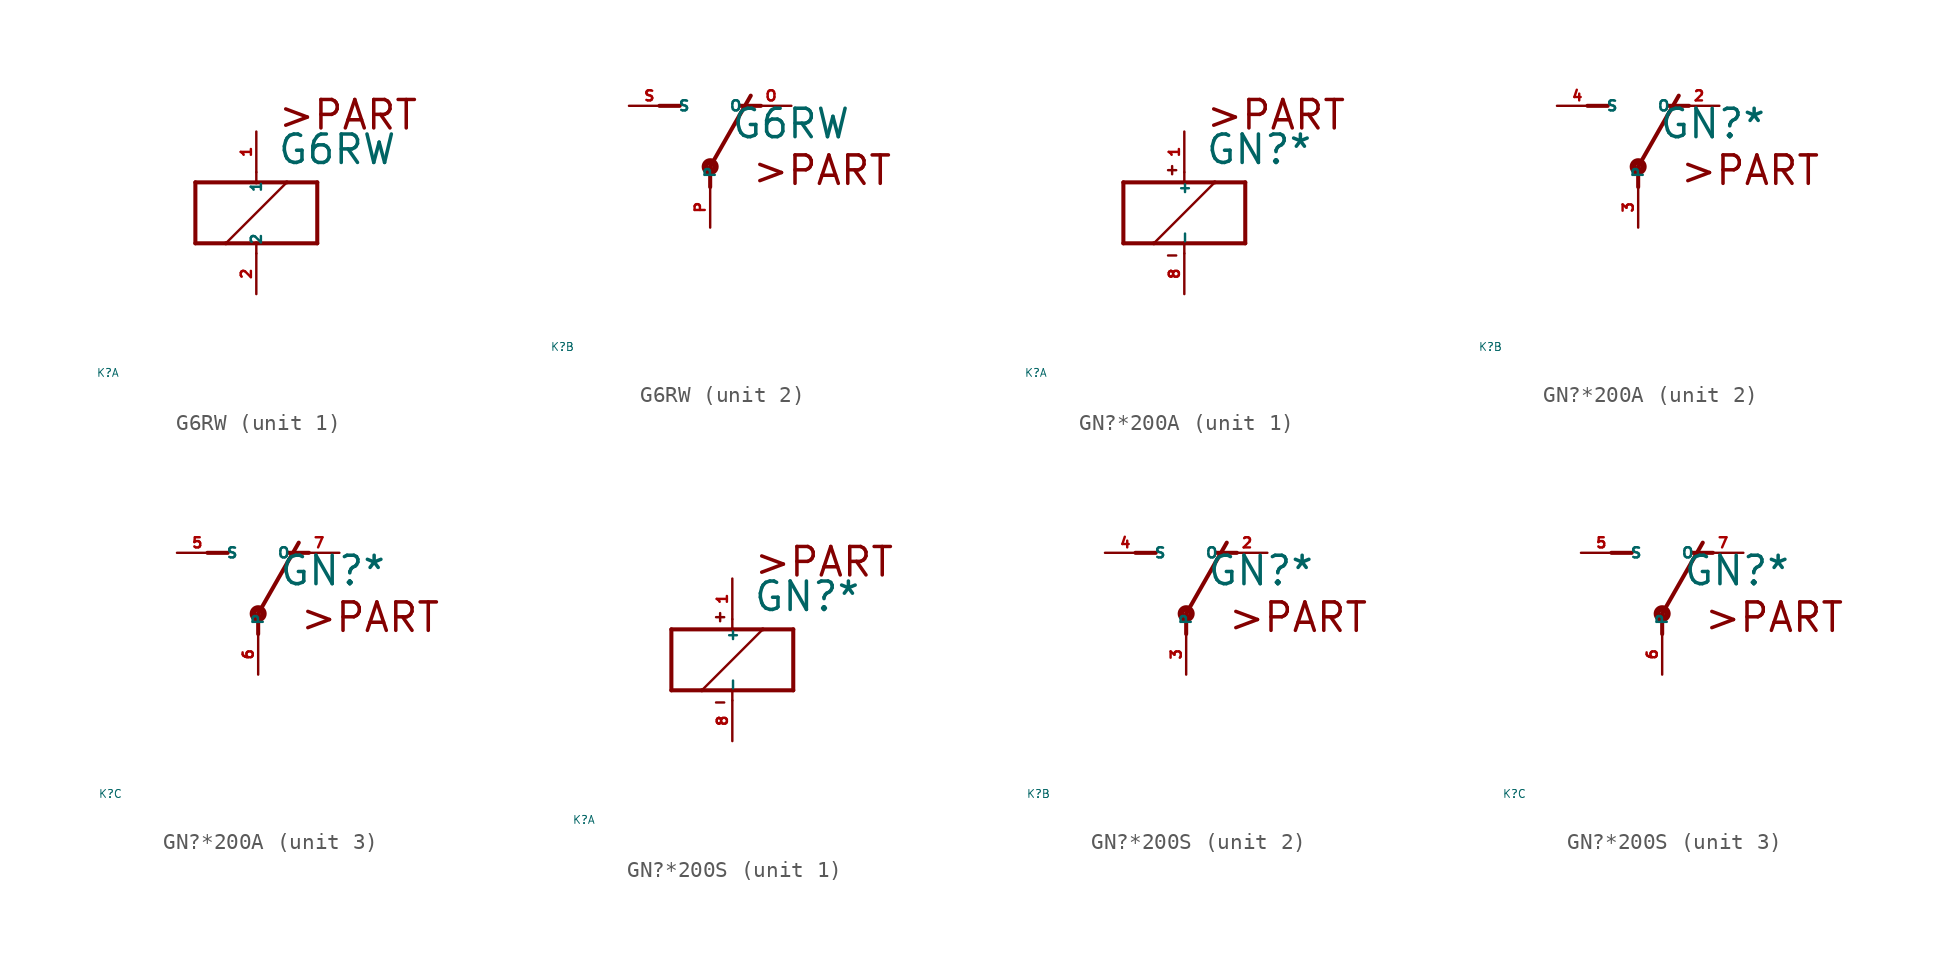
<source format=kicad_sym>
(kicad_symbol_lib
  (version 20220914)
  (generator Eagle2Kicad)
  (symbol "G6RW"
    (property "Reference" "K"
      (at -10 -10 0)
      (effects (font (size 0.5 0.5) (thickness 0.06)) (justify left)))
    (property "Value" "G6RW"
      (at 1.27 2.921 0)
      (effects (font (size 1.778 1.778) (thickness 0.22)) (justify left bottom)))
    (symbol "G6RW_1_0"
      (polyline (pts (xy -3.81 -1.905) (xy -1.905 -1.905)) (stroke (width 0.254) (type default)) (fill (type none)))
      (polyline (pts (xy 3.81 -1.905) (xy 3.81 1.905)) (stroke (width 0.254) (type default)) (fill (type none)))
      (polyline (pts (xy 3.81 1.905) (xy 1.905 1.905)) (stroke (width 0.254) (type default)) (fill (type none)))
      (polyline (pts (xy -3.81 1.905) (xy -3.81 -1.905)) (stroke (width 0.254) (type default)) (fill (type none)))
      (polyline (pts (xy 0 -2.54) (xy 0 -1.905)) (stroke (width 0.152) (type default)) (fill (type none)))
      (polyline (pts (xy 0 -1.905) (xy 3.81 -1.905)) (stroke (width 0.254) (type default)) (fill (type none)))
      (polyline (pts (xy 0 2.54) (xy 0 1.905)) (stroke (width 0.152) (type default)) (fill (type none)))
      (polyline (pts (xy 0 1.905) (xy -3.81 1.905)) (stroke (width 0.254) (type default)) (fill (type none)))
      (polyline (pts (xy -1.905 -1.905) (xy 1.905 1.905)) (stroke (width 0.152) (type default)) (fill (type none)))
      (polyline (pts (xy -1.905 -1.905) (xy 0 -1.905)) (stroke (width 0.254) (type default)) (fill (type none)))
      (polyline (pts (xy 1.905 1.905) (xy 0 1.905)) (stroke (width 0.254) (type default)) (fill (type none)))
      (text ">PART" (at 1.27 5.08 0) (effects (font (size 1.778 1.778) (thickness 0.22)) (justify left bottom)))
      (pin passive line (at 0 -5.08 90) (length 2.54) (name "2" (effects (font (size 0.635 0.635) (thickness 0.08)) (justify left bottom))) (number "2" (effects (font (size 0.635 0.635) (thickness 0.08)) (justify left bottom))))
      (pin passive line (at 0 5.08 270) (length 2.54) (name "1" (effects (font (size 0.635 0.635) (thickness 0.08)) (justify left bottom))) (number "1" (effects (font (size 0.635 0.635) (thickness 0.08)) (justify left bottom)))))
    (symbol "G6RW_2_0"
      (polyline (pts (xy 3.175 5.08) (xy 1.905 5.08)) (stroke (width 0.254) (type default)) (fill (type none)))
      (polyline (pts (xy -3.175 5.08) (xy -1.905 5.08)) (stroke (width 0.254) (type default)) (fill (type none)))
      (polyline (pts (xy 0 1.27) (xy 2.54 5.715)) (stroke (width 0.254) (type default)) (fill (type none)))
      (polyline (pts (xy 0 1.27) (xy 0 0)) (stroke (width 0.254) (type default)) (fill (type none)))
      (text ">PART" (at 2.54 0 0) (effects (font (size 1.778 1.778) (thickness 0.22)) (justify left bottom)))
      (circle (center 0 1.27) (radius 0.127) (stroke (width 0.406) (type default)) (fill (type none)))
      (pin passive line (at 5.08 5.08 180) (length 2.54) (name "O" (effects (font (size 0.635 0.635) (thickness 0.08)) (justify left bottom))) (number "O" (effects (font (size 0.635 0.635) (thickness 0.08)) (justify left bottom))))
      (pin passive line (at -5.08 5.08 0) (length 2.54) (name "S" (effects (font (size 0.635 0.635) (thickness 0.08)) (justify left bottom))) (number "S" (effects (font (size 0.635 0.635) (thickness 0.08)) (justify left bottom))))
      (pin passive line (at 0 -2.54 90) (length 2.54) (name "P" (effects (font (size 0.635 0.635) (thickness 0.08)) (justify left bottom))) (number "P" (effects (font (size 0.635 0.635) (thickness 0.08)) (justify left bottom))))))
  (symbol "GN?*200A"
    (property "Reference" "K"
      (at -10 -10 0)
      (effects (font (size 0.5 0.5) (thickness 0.06)) (justify left)))
    (property "Value" "GN?*"
      (at 1.27 2.921 0)
      (effects (font (size 1.778 1.778) (thickness 0.22)) (justify left bottom)))
    (symbol "GN?*200A_1_0"
      (polyline (pts (xy -3.81 -1.905) (xy -1.905 -1.905)) (stroke (width 0.254) (type default)) (fill (type none)))
      (polyline (pts (xy 3.81 -1.905) (xy 3.81 1.905)) (stroke (width 0.254) (type default)) (fill (type none)))
      (polyline (pts (xy 3.81 1.905) (xy 1.905 1.905)) (stroke (width 0.254) (type default)) (fill (type none)))
      (polyline (pts (xy -3.81 1.905) (xy -3.81 -1.905)) (stroke (width 0.254) (type default)) (fill (type none)))
      (polyline (pts (xy 0 -2.54) (xy 0 -1.905)) (stroke (width 0.152) (type default)) (fill (type none)))
      (polyline (pts (xy 0 -1.905) (xy 3.81 -1.905)) (stroke (width 0.254) (type default)) (fill (type none)))
      (polyline (pts (xy 0 2.54) (xy 0 1.905)) (stroke (width 0.152) (type default)) (fill (type none)))
      (polyline (pts (xy 0 1.905) (xy -3.81 1.905)) (stroke (width 0.254) (type default)) (fill (type none)))
      (polyline (pts (xy -1.905 -1.905) (xy 1.905 1.905)) (stroke (width 0.152) (type default)) (fill (type none)))
      (polyline (pts (xy -1.905 -1.905) (xy 0 -1.905)) (stroke (width 0.254) (type default)) (fill (type none)))
      (polyline (pts (xy 1.905 1.905) (xy 0 1.905)) (stroke (width 0.254) (type default)) (fill (type none)))
      (polyline (pts (xy -1.016 2.667) (xy -0.508 2.667)) (stroke (width 0.152) (type default)) (fill (type none)))
      (polyline (pts (xy -0.762 2.921) (xy -0.762 2.413)) (stroke (width 0.152) (type default)) (fill (type none)))
      (polyline (pts (xy -1.016 -2.667) (xy -0.508 -2.667)) (stroke (width 0.152) (type default)) (fill (type none)))
      (text ">PART" (at 1.27 5.08 0) (effects (font (size 1.778 1.778) (thickness 0.22)) (justify left bottom)))
      (pin passive line (at 0 -5.08 90) (length 2.54) (name "-" (effects (font (size 0.635 0.635) (thickness 0.08)) (justify left bottom))) (number "8" (effects (font (size 0.635 0.635) (thickness 0.08)) (justify left bottom))))
      (pin passive line (at 0 5.08 270) (length 2.54) (name "+" (effects (font (size 0.635 0.635) (thickness 0.08)) (justify left bottom))) (number "1" (effects (font (size 0.635 0.635) (thickness 0.08)) (justify left bottom)))))
    (symbol "GN?*200A_2_0"
      (polyline (pts (xy 3.175 5.08) (xy 1.905 5.08)) (stroke (width 0.254) (type default)) (fill (type none)))
      (polyline (pts (xy -3.175 5.08) (xy -1.905 5.08)) (stroke (width 0.254) (type default)) (fill (type none)))
      (polyline (pts (xy 0 1.27) (xy 2.54 5.715)) (stroke (width 0.254) (type default)) (fill (type none)))
      (polyline (pts (xy 0 1.27) (xy 0 0)) (stroke (width 0.254) (type default)) (fill (type none)))
      (text ">PART" (at 2.54 0 0) (effects (font (size 1.778 1.778) (thickness 0.22)) (justify left bottom)))
      (circle (center 0 1.27) (radius 0.127) (stroke (width 0.406) (type default)) (fill (type none)))
      (pin passive line (at 5.08 5.08 180) (length 2.54) (name "O" (effects (font (size 0.635 0.635) (thickness 0.08)) (justify left bottom))) (number "2" (effects (font (size 0.635 0.635) (thickness 0.08)) (justify left bottom))))
      (pin passive line (at -5.08 5.08 0) (length 2.54) (name "S" (effects (font (size 0.635 0.635) (thickness 0.08)) (justify left bottom))) (number "4" (effects (font (size 0.635 0.635) (thickness 0.08)) (justify left bottom))))
      (pin passive line (at 0 -2.54 90) (length 2.54) (name "P" (effects (font (size 0.635 0.635) (thickness 0.08)) (justify left bottom))) (number "3" (effects (font (size 0.635 0.635) (thickness 0.08)) (justify left bottom)))))
    (symbol "GN?*200A_3_0"
      (polyline (pts (xy 3.175 5.08) (xy 1.905 5.08)) (stroke (width 0.254) (type default)) (fill (type none)))
      (polyline (pts (xy -3.175 5.08) (xy -1.905 5.08)) (stroke (width 0.254) (type default)) (fill (type none)))
      (polyline (pts (xy 0 1.27) (xy 2.54 5.715)) (stroke (width 0.254) (type default)) (fill (type none)))
      (polyline (pts (xy 0 1.27) (xy 0 0)) (stroke (width 0.254) (type default)) (fill (type none)))
      (text ">PART" (at 2.54 0 0) (effects (font (size 1.778 1.778) (thickness 0.22)) (justify left bottom)))
      (circle (center 0 1.27) (radius 0.127) (stroke (width 0.406) (type default)) (fill (type none)))
      (pin passive line (at 5.08 5.08 180) (length 2.54) (name "O" (effects (font (size 0.635 0.635) (thickness 0.08)) (justify left bottom))) (number "7" (effects (font (size 0.635 0.635) (thickness 0.08)) (justify left bottom))))
      (pin passive line (at -5.08 5.08 0) (length 2.54) (name "S" (effects (font (size 0.635 0.635) (thickness 0.08)) (justify left bottom))) (number "5" (effects (font (size 0.635 0.635) (thickness 0.08)) (justify left bottom))))
      (pin passive line (at 0 -2.54 90) (length 2.54) (name "P" (effects (font (size 0.635 0.635) (thickness 0.08)) (justify left bottom))) (number "6" (effects (font (size 0.635 0.635) (thickness 0.08)) (justify left bottom))))))
  (symbol "GN?*200S"
    (property "Reference" "K"
      (at -10 -10 0)
      (effects (font (size 0.5 0.5) (thickness 0.06)) (justify left)))
    (property "Value" "GN?*"
      (at 1.27 2.921 0)
      (effects (font (size 1.778 1.778) (thickness 0.22)) (justify left bottom)))
    (symbol "GN?*200S_1_0"
      (polyline (pts (xy -3.81 -1.905) (xy -1.905 -1.905)) (stroke (width 0.254) (type default)) (fill (type none)))
      (polyline (pts (xy 3.81 -1.905) (xy 3.81 1.905)) (stroke (width 0.254) (type default)) (fill (type none)))
      (polyline (pts (xy 3.81 1.905) (xy 1.905 1.905)) (stroke (width 0.254) (type default)) (fill (type none)))
      (polyline (pts (xy -3.81 1.905) (xy -3.81 -1.905)) (stroke (width 0.254) (type default)) (fill (type none)))
      (polyline (pts (xy 0 -2.54) (xy 0 -1.905)) (stroke (width 0.152) (type default)) (fill (type none)))
      (polyline (pts (xy 0 -1.905) (xy 3.81 -1.905)) (stroke (width 0.254) (type default)) (fill (type none)))
      (polyline (pts (xy 0 2.54) (xy 0 1.905)) (stroke (width 0.152) (type default)) (fill (type none)))
      (polyline (pts (xy 0 1.905) (xy -3.81 1.905)) (stroke (width 0.254) (type default)) (fill (type none)))
      (polyline (pts (xy -1.905 -1.905) (xy 1.905 1.905)) (stroke (width 0.152) (type default)) (fill (type none)))
      (polyline (pts (xy -1.905 -1.905) (xy 0 -1.905)) (stroke (width 0.254) (type default)) (fill (type none)))
      (polyline (pts (xy 1.905 1.905) (xy 0 1.905)) (stroke (width 0.254) (type default)) (fill (type none)))
      (polyline (pts (xy -1.016 2.667) (xy -0.508 2.667)) (stroke (width 0.152) (type default)) (fill (type none)))
      (polyline (pts (xy -0.762 2.921) (xy -0.762 2.413)) (stroke (width 0.152) (type default)) (fill (type none)))
      (polyline (pts (xy -1.016 -2.667) (xy -0.508 -2.667)) (stroke (width 0.152) (type default)) (fill (type none)))
      (text ">PART" (at 1.27 5.08 0) (effects (font (size 1.778 1.778) (thickness 0.22)) (justify left bottom)))
      (pin passive line (at 0 -5.08 90) (length 2.54) (name "-" (effects (font (size 0.635 0.635) (thickness 0.08)) (justify left bottom))) (number "8" (effects (font (size 0.635 0.635) (thickness 0.08)) (justify left bottom))))
      (pin passive line (at 0 5.08 270) (length 2.54) (name "+" (effects (font (size 0.635 0.635) (thickness 0.08)) (justify left bottom))) (number "1" (effects (font (size 0.635 0.635) (thickness 0.08)) (justify left bottom)))))
    (symbol "GN?*200S_2_0"
      (polyline (pts (xy 3.175 5.08) (xy 1.905 5.08)) (stroke (width 0.254) (type default)) (fill (type none)))
      (polyline (pts (xy -3.175 5.08) (xy -1.905 5.08)) (stroke (width 0.254) (type default)) (fill (type none)))
      (polyline (pts (xy 0 1.27) (xy 2.54 5.715)) (stroke (width 0.254) (type default)) (fill (type none)))
      (polyline (pts (xy 0 1.27) (xy 0 0)) (stroke (width 0.254) (type default)) (fill (type none)))
      (text ">PART" (at 2.54 0 0) (effects (font (size 1.778 1.778) (thickness 0.22)) (justify left bottom)))
      (circle (center 0 1.27) (radius 0.127) (stroke (width 0.406) (type default)) (fill (type none)))
      (pin passive line (at 5.08 5.08 180) (length 2.54) (name "O" (effects (font (size 0.635 0.635) (thickness 0.08)) (justify left bottom))) (number "2" (effects (font (size 0.635 0.635) (thickness 0.08)) (justify left bottom))))
      (pin passive line (at -5.08 5.08 0) (length 2.54) (name "S" (effects (font (size 0.635 0.635) (thickness 0.08)) (justify left bottom))) (number "4" (effects (font (size 0.635 0.635) (thickness 0.08)) (justify left bottom))))
      (pin passive line (at 0 -2.54 90) (length 2.54) (name "P" (effects (font (size 0.635 0.635) (thickness 0.08)) (justify left bottom))) (number "3" (effects (font (size 0.635 0.635) (thickness 0.08)) (justify left bottom)))))
    (symbol "GN?*200S_3_0"
      (polyline (pts (xy 3.175 5.08) (xy 1.905 5.08)) (stroke (width 0.254) (type default)) (fill (type none)))
      (polyline (pts (xy -3.175 5.08) (xy -1.905 5.08)) (stroke (width 0.254) (type default)) (fill (type none)))
      (polyline (pts (xy 0 1.27) (xy 2.54 5.715)) (stroke (width 0.254) (type default)) (fill (type none)))
      (polyline (pts (xy 0 1.27) (xy 0 0)) (stroke (width 0.254) (type default)) (fill (type none)))
      (text ">PART" (at 2.54 0 0) (effects (font (size 1.778 1.778) (thickness 0.22)) (justify left bottom)))
      (circle (center 0 1.27) (radius 0.127) (stroke (width 0.406) (type default)) (fill (type none)))
      (pin passive line (at 5.08 5.08 180) (length 2.54) (name "O" (effects (font (size 0.635 0.635) (thickness 0.08)) (justify left bottom))) (number "7" (effects (font (size 0.635 0.635) (thickness 0.08)) (justify left bottom))))
      (pin passive line (at -5.08 5.08 0) (length 2.54) (name "S" (effects (font (size 0.635 0.635) (thickness 0.08)) (justify left bottom))) (number "5" (effects (font (size 0.635 0.635) (thickness 0.08)) (justify left bottom))))
      (pin passive line (at 0 -2.54 90) (length 2.54) (name "P" (effects (font (size 0.635 0.635) (thickness 0.08)) (justify left bottom))) (number "6" (effects (font (size 0.635 0.635) (thickness 0.08)) (justify left bottom)))))))
</source>
